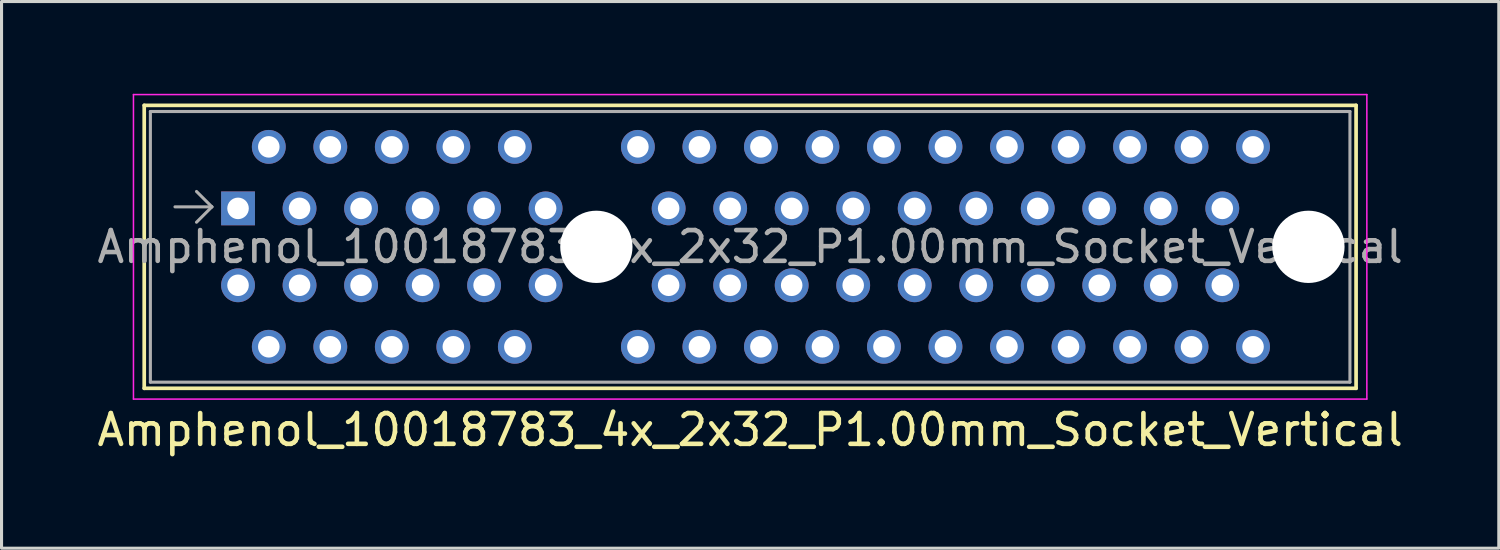
<source format=kicad_pcb>
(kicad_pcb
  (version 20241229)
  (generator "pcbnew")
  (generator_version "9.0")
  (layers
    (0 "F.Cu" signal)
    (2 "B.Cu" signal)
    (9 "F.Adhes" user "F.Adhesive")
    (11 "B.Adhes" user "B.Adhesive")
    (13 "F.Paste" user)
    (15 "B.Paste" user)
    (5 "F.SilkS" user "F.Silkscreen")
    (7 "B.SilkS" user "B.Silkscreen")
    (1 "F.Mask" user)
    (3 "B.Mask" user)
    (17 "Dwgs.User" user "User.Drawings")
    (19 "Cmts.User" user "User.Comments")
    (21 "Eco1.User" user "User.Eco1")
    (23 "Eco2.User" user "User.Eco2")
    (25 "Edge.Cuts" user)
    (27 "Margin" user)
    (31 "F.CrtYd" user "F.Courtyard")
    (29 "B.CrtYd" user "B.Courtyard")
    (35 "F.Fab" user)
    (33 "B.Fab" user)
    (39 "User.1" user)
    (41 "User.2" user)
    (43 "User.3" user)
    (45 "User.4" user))
  (footprint "Amphenol_10018783_4x_2x32_P1.00mm_Socket_Vertical"
    (layer "F.Cu")
    (at 4.689 3.725)
    (property "Reference" "Amphenol_10018783_4x_2x32_P1.00mm_Socket_Vertical" (at 16.65 7.2 0) (layer "F.SilkS") (effects (font (size 1 1) (thickness 0.15))))
    (attr through_hole)
    (fp_line (start -3.05 -3.35) (end -3.05 5.85) (stroke (width 0.12) (type solid)) (layer "F.SilkS"))
    (fp_line (start -3.05 5.85) (end 36.35 5.85) (stroke (width 0.12) (type solid)) (layer "F.SilkS"))
    (fp_line (start 36.35 -3.35) (end -3.05 -3.35) (stroke (width 0.12) (type solid)) (layer "F.SilkS"))
    (fp_line (start 36.35 5.85) (end 36.35 -3.35) (stroke (width 0.12) (type solid)) (layer "F.SilkS"))
    (fp_line (start -3.4 -3.7) (end -3.4 6.2) (stroke (width 0.05) (type solid)) (layer "F.CrtYd"))
    (fp_line (start -3.4 6.2) (end 36.7 6.2) (stroke (width 0.05) (type solid)) (layer "F.CrtYd"))
    (fp_line (start 36.7 -3.7) (end -3.4 -3.7) (stroke (width 0.05) (type solid)) (layer "F.CrtYd"))
    (fp_line (start 36.7 6.2) (end 36.7 -3.7) (stroke (width 0.05) (type solid)) (layer "F.CrtYd"))
    (fp_line (start -2.85 -3.15) (end -2.85 5.65) (stroke (width 0.1) (type solid)) (layer "F.Fab"))
    (fp_line (start -0.85 -0.05) (end -2.05 -0.05) (stroke (width 0.1) (type solid)) (layer "F.Fab"))
    (fp_line (start -0.85 -0.05) (end -1.35 -0.55) (stroke (width 0.1) (type solid)) (layer "F.Fab"))
    (fp_line (start -0.85 -0.05) (end -1.35 0.45) (stroke (width 0.1) (type solid)) (layer "F.Fab"))
    (fp_line (start 36.15 -3.15) (end -2.85 -3.15) (stroke (width 0.1) (type solid)) (layer "F.Fab"))
    (fp_line (start 36.15 -3.15) (end 36.15 5.65) (stroke (width 0.1) (type solid)) (layer "F.Fab"))
    (fp_line (start 36.15 5.65) (end -2.85 5.65) (stroke (width 0.1) (type solid)) (layer "F.Fab"))
    (fp_text user "${REFERENCE}" (at 16.65 1.25 0) (layer "F.Fab") (effects (font (size 1 1) (thickness 0.15))))
    (pad "" np_thru_hole circle (at 11.65 1.25) (size 2.35 2.35) (drill 2.35) (layers "*.Cu" "*.Mask"))
    (pad "" np_thru_hole circle (at 34.8 1.25) (size 2.35 2.35) (drill 2.35) (layers "*.Cu" "*.Mask"))
    (pad "A1" thru_hole rect (at 0 0) (size 1.1 1.1) (drill 0.7) (layers "*.Cu" "*.Mask"))
    (pad "A2" thru_hole circle (at 1 -2) (size 1.1 1.1) (drill 0.7) (layers "*.Cu" "*.Mask"))
    (pad "A3" thru_hole circle (at 2 0) (size 1.1 1.1) (drill 0.7) (layers "*.Cu" "*.Mask"))
    (pad "A4" thru_hole circle (at 3 -2) (size 1.1 1.1) (drill 0.7) (layers "*.Cu" "*.Mask"))
    (pad "A5" thru_hole circle (at 4 0) (size 1.1 1.1) (drill 0.7) (layers "*.Cu" "*.Mask"))
    (pad "A6" thru_hole circle (at 5 -2) (size 1.1 1.1) (drill 0.7) (layers "*.Cu" "*.Mask"))
    (pad "A7" thru_hole circle (at 6 0) (size 1.1 1.1) (drill 0.7) (layers "*.Cu" "*.Mask"))
    (pad "A8" thru_hole circle (at 7 -2) (size 1.1 1.1) (drill 0.7) (layers "*.Cu" "*.Mask"))
    (pad "A9" thru_hole circle (at 8 0) (size 1.1 1.1) (drill 0.7) (layers "*.Cu" "*.Mask"))
    (pad "A10" thru_hole circle (at 9 -2) (size 1.1 1.1) (drill 0.7) (layers "*.Cu" "*.Mask"))
    (pad "A11" thru_hole circle (at 10 0) (size 1.1 1.1) (drill 0.7) (layers "*.Cu" "*.Mask"))
    (pad "A12" thru_hole circle (at 13 -2) (size 1.1 1.1) (drill 0.7) (layers "*.Cu" "*.Mask"))
    (pad "A13" thru_hole circle (at 14 0) (size 1.1 1.1) (drill 0.7) (layers "*.Cu" "*.Mask"))
    (pad "A14" thru_hole circle (at 15 -2) (size 1.1 1.1) (drill 0.7) (layers "*.Cu" "*.Mask"))
    (pad "A15" thru_hole circle (at 16 0) (size 1.1 1.1) (drill 0.7) (layers "*.Cu" "*.Mask"))
    (pad "A16" thru_hole circle (at 17 -2) (size 1.1 1.1) (drill 0.7) (layers "*.Cu" "*.Mask"))
    (pad "A17" thru_hole circle (at 18 0) (size 1.1 1.1) (drill 0.7) (layers "*.Cu" "*.Mask"))
    (pad "A18" thru_hole circle (at 19 -2) (size 1.1 1.1) (drill 0.7) (layers "*.Cu" "*.Mask"))
    (pad "A19" thru_hole circle (at 20 0) (size 1.1 1.1) (drill 0.7) (layers "*.Cu" "*.Mask"))
    (pad "A20" thru_hole circle (at 21 -2) (size 1.1 1.1) (drill 0.7) (layers "*.Cu" "*.Mask"))
    (pad "A21" thru_hole circle (at 22 0) (size 1.1 1.1) (drill 0.7) (layers "*.Cu" "*.Mask"))
    (pad "A22" thru_hole circle (at 23 -2) (size 1.1 1.1) (drill 0.7) (layers "*.Cu" "*.Mask"))
    (pad "A23" thru_hole circle (at 24 0) (size 1.1 1.1) (drill 0.7) (layers "*.Cu" "*.Mask"))
    (pad "A24" thru_hole circle (at 25 -2) (size 1.1 1.1) (drill 0.7) (layers "*.Cu" "*.Mask"))
    (pad "A25" thru_hole circle (at 26 0) (size 1.1 1.1) (drill 0.7) (layers "*.Cu" "*.Mask"))
    (pad "A26" thru_hole circle (at 27 -2) (size 1.1 1.1) (drill 0.7) (layers "*.Cu" "*.Mask"))
    (pad "A27" thru_hole circle (at 28 0) (size 1.1 1.1) (drill 0.7) (layers "*.Cu" "*.Mask"))
    (pad "A28" thru_hole circle (at 29 -2) (size 1.1 1.1) (drill 0.7) (layers "*.Cu" "*.Mask"))
    (pad "A29" thru_hole circle (at 30 0) (size 1.1 1.1) (drill 0.7) (layers "*.Cu" "*.Mask"))
    (pad "A30" thru_hole circle (at 31 -2) (size 1.1 1.1) (drill 0.7) (layers "*.Cu" "*.Mask"))
    (pad "A31" thru_hole circle (at 32 0) (size 1.1 1.1) (drill 0.7) (layers "*.Cu" "*.Mask"))
    (pad "A32" thru_hole circle (at 33 -2) (size 1.1 1.1) (drill 0.7) (layers "*.Cu" "*.Mask"))
    (pad "B1" thru_hole circle (at 0 2.5) (size 1.1 1.1) (drill 0.7) (layers "*.Cu" "*.Mask"))
    (pad "B2" thru_hole circle (at 1 4.5) (size 1.1 1.1) (drill 0.7) (layers "*.Cu" "*.Mask"))
    (pad "B3" thru_hole circle (at 2 2.5) (size 1.1 1.1) (drill 0.7) (layers "*.Cu" "*.Mask"))
    (pad "B4" thru_hole circle (at 3 4.5) (size 1.1 1.1) (drill 0.7) (layers "*.Cu" "*.Mask"))
    (pad "B5" thru_hole circle (at 4 2.5) (size 1.1 1.1) (drill 0.7) (layers "*.Cu" "*.Mask"))
    (pad "B6" thru_hole circle (at 5 4.5) (size 1.1 1.1) (drill 0.7) (layers "*.Cu" "*.Mask"))
    (pad "B7" thru_hole circle (at 6 2.5) (size 1.1 1.1) (drill 0.7) (layers "*.Cu" "*.Mask"))
    (pad "B8" thru_hole circle (at 7 4.5) (size 1.1 1.1) (drill 0.7) (layers "*.Cu" "*.Mask"))
    (pad "B9" thru_hole circle (at 8 2.5) (size 1.1 1.1) (drill 0.7) (layers "*.Cu" "*.Mask"))
    (pad "B10" thru_hole circle (at 9 4.5) (size 1.1 1.1) (drill 0.7) (layers "*.Cu" "*.Mask"))
    (pad "B11" thru_hole circle (at 10 2.5) (size 1.1 1.1) (drill 0.7) (layers "*.Cu" "*.Mask"))
    (pad "B12" thru_hole circle (at 13 4.5) (size 1.1 1.1) (drill 0.7) (layers "*.Cu" "*.Mask"))
    (pad "B13" thru_hole circle (at 14 2.5) (size 1.1 1.1) (drill 0.7) (layers "*.Cu" "*.Mask"))
    (pad "B14" thru_hole circle (at 15 4.5) (size 1.1 1.1) (drill 0.7) (layers "*.Cu" "*.Mask"))
    (pad "B15" thru_hole circle (at 16 2.5) (size 1.1 1.1) (drill 0.7) (layers "*.Cu" "*.Mask"))
    (pad "B16" thru_hole circle (at 17 4.5) (size 1.1 1.1) (drill 0.7) (layers "*.Cu" "*.Mask"))
    (pad "B17" thru_hole circle (at 18 2.5) (size 1.1 1.1) (drill 0.7) (layers "*.Cu" "*.Mask"))
    (pad "B18" thru_hole circle (at 19 4.5) (size 1.1 1.1) (drill 0.7) (layers "*.Cu" "*.Mask"))
    (pad "B19" thru_hole circle (at 20 2.5) (size 1.1 1.1) (drill 0.7) (layers "*.Cu" "*.Mask"))
    (pad "B20" thru_hole circle (at 21 4.5) (size 1.1 1.1) (drill 0.7) (layers "*.Cu" "*.Mask"))
    (pad "B21" thru_hole circle (at 22 2.5) (size 1.1 1.1) (drill 0.7) (layers "*.Cu" "*.Mask"))
    (pad "B22" thru_hole circle (at 23 4.5) (size 1.1 1.1) (drill 0.7) (layers "*.Cu" "*.Mask"))
    (pad "B23" thru_hole circle (at 24 2.5) (size 1.1 1.1) (drill 0.7) (layers "*.Cu" "*.Mask"))
    (pad "B24" thru_hole circle (at 25 4.5) (size 1.1 1.1) (drill 0.7) (layers "*.Cu" "*.Mask"))
    (pad "B25" thru_hole circle (at 26 2.5) (size 1.1 1.1) (drill 0.7) (layers "*.Cu" "*.Mask"))
    (pad "B26" thru_hole circle (at 27 4.5) (size 1.1 1.1) (drill 0.7) (layers "*.Cu" "*.Mask"))
    (pad "B27" thru_hole circle (at 28 2.5) (size 1.1 1.1) (drill 0.7) (layers "*.Cu" "*.Mask"))
    (pad "B28" thru_hole circle (at 29 4.5) (size 1.1 1.1) (drill 0.7) (layers "*.Cu" "*.Mask"))
    (pad "B29" thru_hole circle (at 30 2.5) (size 1.1 1.1) (drill 0.7) (layers "*.Cu" "*.Mask"))
    (pad "B30" thru_hole circle (at 31 4.5) (size 1.1 1.1) (drill 0.7) (layers "*.Cu" "*.Mask"))
    (pad "B31" thru_hole circle (at 32 2.5) (size 1.1 1.1) (drill 0.7) (layers "*.Cu" "*.Mask"))
    (pad "B32" thru_hole circle (at 33 4.5) (size 1.1 1.1) (drill 0.7) (layers "*.Cu" "*.Mask")))
  (gr_rect
    (start -3 -3)
    (end 45.679 14.773)
    (stroke (width 0.1) (type default))
    (fill no)
    (layer "Edge.Cuts")))
</source>
